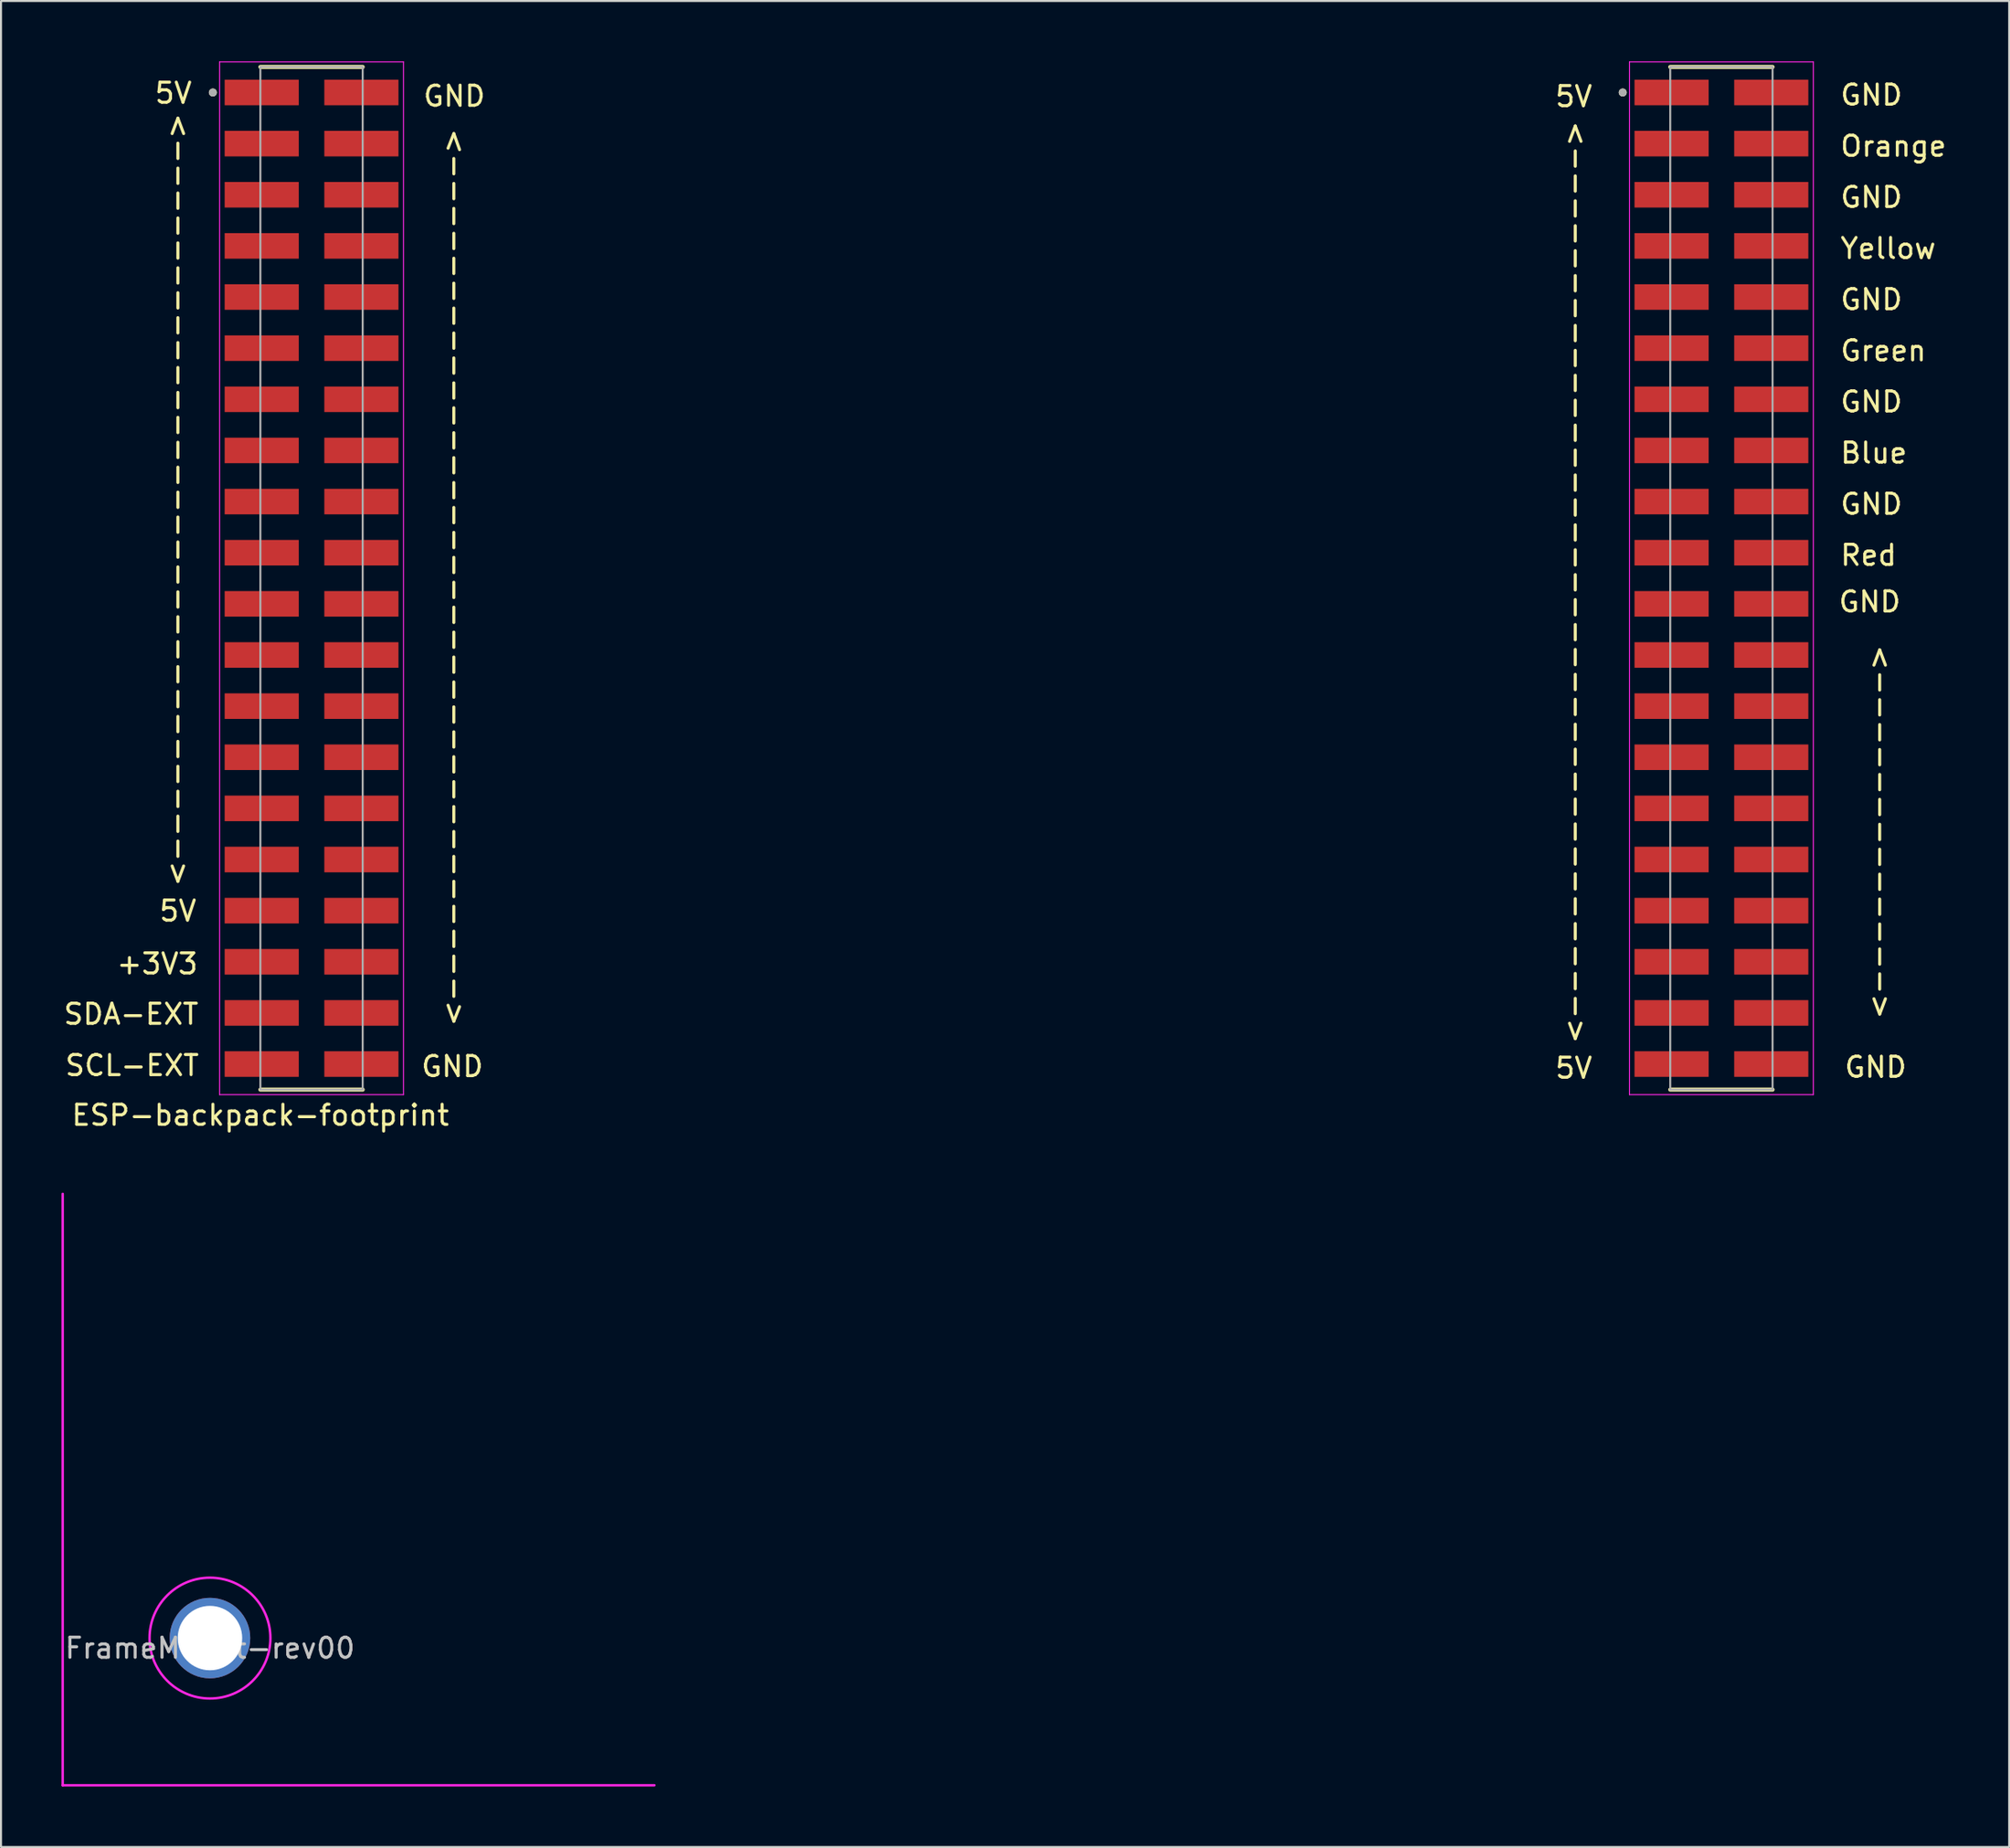
<source format=kicad_pcb>
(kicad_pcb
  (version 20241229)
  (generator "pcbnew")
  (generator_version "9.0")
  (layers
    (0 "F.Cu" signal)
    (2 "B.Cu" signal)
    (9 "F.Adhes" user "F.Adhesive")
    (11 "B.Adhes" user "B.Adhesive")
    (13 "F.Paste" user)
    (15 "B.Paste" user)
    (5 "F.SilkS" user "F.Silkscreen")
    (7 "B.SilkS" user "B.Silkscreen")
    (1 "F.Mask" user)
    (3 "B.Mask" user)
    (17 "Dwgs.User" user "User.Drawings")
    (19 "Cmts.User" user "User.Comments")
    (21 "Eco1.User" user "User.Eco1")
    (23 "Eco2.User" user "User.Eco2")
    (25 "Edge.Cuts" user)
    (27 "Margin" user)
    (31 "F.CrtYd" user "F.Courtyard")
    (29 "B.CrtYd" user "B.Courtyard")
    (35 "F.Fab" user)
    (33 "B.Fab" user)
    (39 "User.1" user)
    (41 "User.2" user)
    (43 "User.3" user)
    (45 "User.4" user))
  (footprint "FrameMount-rev00"
    (layer "F.Cu")
    (at 7.375 78.319)
    (property "Reference" "FrameMount-rev00" (at 0 0.5 0) (layer "Dwgs.User") (effects (font (size 1 1) (thickness 0.15))))
    (attr through_hole)
    (fp_line (start -7.315 7.311) (end 22.066 7.311) (stroke (width 0.12) (type solid)) (layer "F.CrtYd"))
    (fp_line (start -7.311 7.315) (end -7.311 -22.066) (stroke (width 0.12) (type solid)) (layer "F.CrtYd"))
    (fp_circle (center 0 0) (end 3 0) (stroke (width 0.12) (type solid)) (fill no) (layer "F.CrtYd"))
    (pad "1" thru_hole circle (at 0 0) (size 4 4) (drill 3.2) (layers "*.Cu" "*.Mask")))
  (footprint "ESP-backpack-footprint"
    (layer "F.Cu")
    (at 14.958 25.675)
    (property "Reference" "ESP-backpack-footprint" (at -5.08 26.67 180) (layer "F.SilkS") (effects (font (size 1 1) (thickness 0.15))))
    (attr through_hole)
    (fp_line (start -5.08 -25.4) (end 0 -25.4) (stroke (width 0.2) (type solid)) (layer "F.SilkS"))
    (fp_line (start 0 25.4) (end -5.08 25.4) (stroke (width 0.2) (type solid)) (layer "F.SilkS"))
    (fp_line (start 64.92 -25.4) (end 70 -25.4) (stroke (width 0.2) (type solid)) (layer "F.SilkS"))
    (fp_line (start 70 25.4) (end 64.92 25.4) (stroke (width 0.2) (type solid)) (layer "F.SilkS"))
    (fp_circle (center -7.44 -24.13) (end -7.44 -24.23) (stroke (width 0.2) (type solid)) (fill no) (layer "F.SilkS"))
    (fp_circle (center 62.56 -24.13) (end 62.56 -24.23) (stroke (width 0.2) (type solid)) (fill no) (layer "F.SilkS"))
    (fp_line (start -7.105 -25.65) (end 2.025 -25.65) (stroke (width 0.05) (type solid)) (layer "F.CrtYd"))
    (fp_line (start -7.105 25.65) (end -7.105 -25.65) (stroke (width 0.05) (type solid)) (layer "F.CrtYd"))
    (fp_line (start 2.025 -25.65) (end 2.025 25.65) (stroke (width 0.05) (type solid)) (layer "F.CrtYd"))
    (fp_line (start 2.025 25.65) (end -7.105 25.65) (stroke (width 0.05) (type solid)) (layer "F.CrtYd"))
    (fp_line (start 62.895 -25.65) (end 72.025 -25.65) (stroke (width 0.05) (type solid)) (layer "F.CrtYd"))
    (fp_line (start 62.895 25.65) (end 62.895 -25.65) (stroke (width 0.05) (type solid)) (layer "F.CrtYd"))
    (fp_line (start 72.025 -25.65) (end 72.025 25.65) (stroke (width 0.05) (type solid)) (layer "F.CrtYd"))
    (fp_line (start 72.025 25.65) (end 62.895 25.65) (stroke (width 0.05) (type solid)) (layer "F.CrtYd"))
    (fp_line (start -5.08 -25.4) (end 0 -25.4) (stroke (width 0.1) (type solid)) (layer "F.Fab"))
    (fp_line (start -5.08 25.4) (end -5.08 -25.4) (stroke (width 0.1) (type solid)) (layer "F.Fab"))
    (fp_line (start 0 -25.4) (end 0 25.4) (stroke (width 0.1) (type solid)) (layer "F.Fab"))
    (fp_line (start 0 25.4) (end -5.08 25.4) (stroke (width 0.1) (type solid)) (layer "F.Fab"))
    (fp_line (start 64.92 -25.4) (end 70 -25.4) (stroke (width 0.1) (type solid)) (layer "F.Fab"))
    (fp_line (start 64.92 25.4) (end 64.92 -25.4) (stroke (width 0.1) (type solid)) (layer "F.Fab"))
    (fp_line (start 70 -25.4) (end 70 25.4) (stroke (width 0.1) (type solid)) (layer "F.Fab"))
    (fp_line (start 70 25.4) (end 64.92 25.4) (stroke (width 0.1) (type solid)) (layer "F.Fab"))
    (fp_circle (center -7.44 -24.13) (end -7.44 -24.23) (stroke (width 0.2) (type solid)) (fill no) (layer "F.Fab"))
    (fp_circle (center 62.56 -24.13) (end 62.56 -24.23) (stroke (width 0.2) (type solid)) (fill no) (layer "F.Fab"))
    (fp_text user "SDA-EXT" (at -11.5 21.65 0) (layer "F.SilkS") (effects (font (size 1 1) (thickness 0.15))))
    (fp_text user "<----------------------------->" (at -9.25 -3.9 90) (layer "F.SilkS") (effects (font (size 1 1) (thickness 0.15))))
    (fp_text user "GND" (at 74.823 1.17 0) (layer "F.SilkS") (effects (font (size 1 1) (thickness 0.15))))
    (fp_text user "5V" (at 60.13 -23.93 0) (layer "F.SilkS") (effects (font (size 1 1) (thickness 0.15))))
    (fp_text user "Blue" (at 75.027 -6.225 0) (layer "F.SilkS") (effects (font (size 1 1) (thickness 0.15))))
    (fp_text user "Orange" (at 76.003 -21.465 0) (layer "F.SilkS") (effects (font (size 1 1) (thickness 0.15))))
    (fp_text user "5V" (at 60.13 24.33 0) (layer "F.SilkS") (effects (font (size 1 1) (thickness 0.15))))
    (fp_text user "GND" (at 74.908 -13.845 0) (layer "F.SilkS") (effects (font (size 1 1) (thickness 0.15))))
    (fp_text user "<------------->" (at 75.244 12.6 90) (layer "F.SilkS") (effects (font (size 1 1) (thickness 0.15))))
    (fp_text user "<---------------------------------->" (at 4.45 0 90) (layer "F.SilkS") (effects (font (size 1 1) (thickness 0.15) (italic yes))))
    (fp_text user "Yellow" (at 75.741 -16.385 0) (layer "F.SilkS") (effects (font (size 1 1) (thickness 0.15))))
    (fp_text user "5V" (at -9.175 16.525 0) (layer "F.SilkS") (effects (font (size 1 1) (thickness 0.15))))
    (fp_text user "GND" (at 75.117 24.284 0) (layer "F.SilkS") (effects (font (size 1 1) (thickness 0.15))))
    (fp_text user "Red" (at 74.765 -1.145 0) (layer "F.SilkS") (effects (font (size 1 1) (thickness 0.15))))
    (fp_text user "<----------------------------------->" (at 60.13 0.2 90) (layer "F.SilkS") (effects (font (size 1 1) (thickness 0.15))))
    (fp_text user "GND" (at 74.908 -3.685 0) (layer "F.SilkS") (effects (font (size 1 1) (thickness 0.15))))
    (fp_text user "5V" (at -9.4 -24.1 0) (layer "F.SilkS") (effects (font (size 1 1) (thickness 0.15))))
    (fp_text user "GND" (at 74.908 -8.765 0) (layer "F.SilkS") (effects (font (size 1 1) (thickness 0.15))))
    (fp_text user "+3V3" (at -10.2 19.15 0) (layer "F.SilkS") (effects (font (size 1 1) (thickness 0.15))))
    (fp_text user "GND" (at 74.908 -24.005 0) (layer "F.SilkS") (effects (font (size 1 1) (thickness 0.15))))
    (fp_text user "Green" (at 75.503 -11.305 0) (layer "F.SilkS") (effects (font (size 1 1) (thickness 0.15))))
    (fp_text user "GND" (at 4.55 -23.95 0) (layer "F.SilkS") (effects (font (size 1 1) (thickness 0.15))))
    (fp_text user "GND" (at 4.45 24.25 0) (layer "F.SilkS") (effects (font (size 1 1) (thickness 0.15))))
    (fp_text user "SCL-EXT" (at -11.45 24.2 0) (layer "F.SilkS") (effects (font (size 1 1) (thickness 0.15))))
    (fp_text user "GND" (at 74.908 -18.925 0) (layer "F.SilkS") (effects (font (size 1 1) (thickness 0.15))))
    (pad "01" smd rect (at -5.015 -24.13 90) (size 1.27 3.68) (layers "F.Cu" "F.Mask" "F.Paste"))
    (pad "02" smd rect (at -0.065 -24.13 90) (size 1.27 3.68) (layers "F.Cu" "F.Mask" "F.Paste"))
    (pad "03" smd rect (at -5.015 -21.59 90) (size 1.27 3.68) (layers "F.Cu" "F.Mask" "F.Paste"))
    (pad "04" smd rect (at -0.065 -21.59 90) (size 1.27 3.68) (layers "F.Cu" "F.Mask" "F.Paste"))
    (pad "05" smd rect (at -5.015 -19.05 90) (size 1.27 3.68) (layers "F.Cu" "F.Mask" "F.Paste"))
    (pad "06" smd rect (at -0.065 -19.05 90) (size 1.27 3.68) (layers "F.Cu" "F.Mask" "F.Paste"))
    (pad "07" smd rect (at -5.015 -16.51 90) (size 1.27 3.68) (layers "F.Cu" "F.Mask" "F.Paste"))
    (pad "08" smd rect (at -0.065 -16.51 90) (size 1.27 3.68) (layers "F.Cu" "F.Mask" "F.Paste"))
    (pad "09" smd rect (at -5.015 -13.97 90) (size 1.27 3.68) (layers "F.Cu" "F.Mask" "F.Paste"))
    (pad "10" smd rect (at -0.065 -13.97 90) (size 1.27 3.68) (layers "F.Cu" "F.Mask" "F.Paste"))
    (pad "11" smd rect (at -5.015 -11.43 90) (size 1.27 3.68) (layers "F.Cu" "F.Mask" "F.Paste"))
    (pad "12" smd rect (at -0.065 -11.43 90) (size 1.27 3.68) (layers "F.Cu" "F.Mask" "F.Paste"))
    (pad "13" smd rect (at -5.015 -8.89 90) (size 1.27 3.68) (layers "F.Cu" "F.Mask" "F.Paste"))
    (pad "14" smd rect (at -0.065 -8.89 90) (size 1.27 3.68) (layers "F.Cu" "F.Mask" "F.Paste"))
    (pad "15" smd rect (at -5.015 -6.35 90) (size 1.27 3.68) (layers "F.Cu" "F.Mask" "F.Paste"))
    (pad "16" smd rect (at -0.065 -6.35 90) (size 1.27 3.68) (layers "F.Cu" "F.Mask" "F.Paste"))
    (pad "17" smd rect (at -5.015 -3.81 90) (size 1.27 3.68) (layers "F.Cu" "F.Mask" "F.Paste"))
    (pad "18" smd rect (at -0.065 -3.81 90) (size 1.27 3.68) (layers "F.Cu" "F.Mask" "F.Paste"))
    (pad "19" smd rect (at -5.015 -1.27 90) (size 1.27 3.68) (layers "F.Cu" "F.Mask" "F.Paste"))
    (pad "20" smd rect (at -0.065 -1.27 90) (size 1.27 3.68) (layers "F.Cu" "F.Mask" "F.Paste"))
    (pad "21" smd rect (at -5.015 1.27 90) (size 1.27 3.68) (layers "F.Cu" "F.Mask" "F.Paste"))
    (pad "22" smd rect (at -0.065 1.27 90) (size 1.27 3.68) (layers "F.Cu" "F.Mask" "F.Paste"))
    (pad "23" smd rect (at -5.015 3.81 90) (size 1.27 3.68) (layers "F.Cu" "F.Mask" "F.Paste"))
    (pad "24" smd rect (at -0.065 3.81 90) (size 1.27 3.68) (layers "F.Cu" "F.Mask" "F.Paste"))
    (pad "25" smd rect (at -5.015 6.35 90) (size 1.27 3.68) (layers "F.Cu" "F.Mask" "F.Paste"))
    (pad "26" smd rect (at -0.065 6.35 90) (size 1.27 3.68) (layers "F.Cu" "F.Mask" "F.Paste"))
    (pad "27" smd rect (at -5.015 8.89 90) (size 1.27 3.68) (layers "F.Cu" "F.Mask" "F.Paste"))
    (pad "28" smd rect (at -0.065 8.89 90) (size 1.27 3.68) (layers "F.Cu" "F.Mask" "F.Paste"))
    (pad "29" smd rect (at -5.015 11.43 90) (size 1.27 3.68) (layers "F.Cu" "F.Mask" "F.Paste"))
    (pad "30" smd rect (at -0.065 11.43 90) (size 1.27 3.68) (layers "F.Cu" "F.Mask" "F.Paste"))
    (pad "31" smd rect (at -5.015 13.97 90) (size 1.27 3.68) (layers "F.Cu" "F.Mask" "F.Paste"))
    (pad "32" smd rect (at -0.065 13.97 90) (size 1.27 3.68) (layers "F.Cu" "F.Mask" "F.Paste"))
    (pad "33" smd rect (at -5.015 16.51 90) (size 1.27 3.68) (layers "F.Cu" "F.Mask" "F.Paste"))
    (pad "34" smd rect (at -0.065 16.51 90) (size 1.27 3.68) (layers "F.Cu" "F.Mask" "F.Paste"))
    (pad "35" smd rect (at -5.015 19.05 90) (size 1.27 3.68) (layers "F.Cu" "F.Mask" "F.Paste"))
    (pad "36" smd rect (at -0.065 19.05 90) (size 1.27 3.68) (layers "F.Cu" "F.Mask" "F.Paste"))
    (pad "37" smd rect (at -5.015 21.59 90) (size 1.27 3.68) (layers "F.Cu" "F.Mask" "F.Paste"))
    (pad "38" smd rect (at -0.065 21.59 90) (size 1.27 3.68) (layers "F.Cu" "F.Mask" "F.Paste"))
    (pad "39" smd rect (at -5.015 24.13 90) (size 1.27 3.68) (layers "F.Cu" "F.Mask" "F.Paste"))
    (pad "40" smd rect (at -0.065 24.13 90) (size 1.27 3.68) (layers "F.Cu" "F.Mask" "F.Paste"))
    (pad "41" smd rect (at 64.985 -24.13 90) (size 1.27 3.68) (layers "F.Cu" "F.Mask" "F.Paste"))
    (pad "42" smd rect (at 69.935 -24.13 90) (size 1.27 3.68) (layers "F.Cu" "F.Mask" "F.Paste"))
    (pad "43" smd rect (at 64.985 -21.59 90) (size 1.27 3.68) (layers "F.Cu" "F.Mask" "F.Paste"))
    (pad "44" smd rect (at 69.935 -21.59 90) (size 1.27 3.68) (layers "F.Cu" "F.Mask" "F.Paste"))
    (pad "45" smd rect (at 64.985 -19.05 90) (size 1.27 3.68) (layers "F.Cu" "F.Mask" "F.Paste"))
    (pad "46" smd rect (at 69.935 -19.05 90) (size 1.27 3.68) (layers "F.Cu" "F.Mask" "F.Paste"))
    (pad "47" smd rect (at 64.985 -16.51 90) (size 1.27 3.68) (layers "F.Cu" "F.Mask" "F.Paste"))
    (pad "48" smd rect (at 69.935 -16.51 90) (size 1.27 3.68) (layers "F.Cu" "F.Mask" "F.Paste"))
    (pad "49" smd rect (at 64.985 -13.97 90) (size 1.27 3.68) (layers "F.Cu" "F.Mask" "F.Paste"))
    (pad "50" smd rect (at 69.935 -13.97 90) (size 1.27 3.68) (layers "F.Cu" "F.Mask" "F.Paste"))
    (pad "51" smd rect (at 64.985 -11.43 90) (size 1.27 3.68) (layers "F.Cu" "F.Mask" "F.Paste"))
    (pad "52" smd rect (at 69.935 -11.43 90) (size 1.27 3.68) (layers "F.Cu" "F.Mask" "F.Paste"))
    (pad "53" smd rect (at 64.985 -8.89 90) (size 1.27 3.68) (layers "F.Cu" "F.Mask" "F.Paste"))
    (pad "54" smd rect (at 69.935 -8.89 90) (size 1.27 3.68) (layers "F.Cu" "F.Mask" "F.Paste"))
    (pad "55" smd rect (at 64.985 -6.35 90) (size 1.27 3.68) (layers "F.Cu" "F.Mask" "F.Paste"))
    (pad "56" smd rect (at 69.935 -6.35 90) (size 1.27 3.68) (layers "F.Cu" "F.Mask" "F.Paste"))
    (pad "57" smd rect (at 64.985 -3.81 90) (size 1.27 3.68) (layers "F.Cu" "F.Mask" "F.Paste"))
    (pad "58" smd rect (at 69.935 -3.81 90) (size 1.27 3.68) (layers "F.Cu" "F.Mask" "F.Paste"))
    (pad "59" smd rect (at 64.985 -1.27 90) (size 1.27 3.68) (layers "F.Cu" "F.Mask" "F.Paste"))
    (pad "60" smd rect (at 69.935 -1.27 90) (size 1.27 3.68) (layers "F.Cu" "F.Mask" "F.Paste"))
    (pad "61" smd rect (at 64.985 1.27 90) (size 1.27 3.68) (layers "F.Cu" "F.Mask" "F.Paste"))
    (pad "62" smd rect (at 69.935 1.27 90) (size 1.27 3.68) (layers "F.Cu" "F.Mask" "F.Paste"))
    (pad "63" smd rect (at 64.985 3.81 90) (size 1.27 3.68) (layers "F.Cu" "F.Mask" "F.Paste"))
    (pad "64" smd rect (at 69.935 3.81 90) (size 1.27 3.68) (layers "F.Cu" "F.Mask" "F.Paste"))
    (pad "65" smd rect (at 64.985 6.35 90) (size 1.27 3.68) (layers "F.Cu" "F.Mask" "F.Paste"))
    (pad "66" smd rect (at 69.935 6.35 90) (size 1.27 3.68) (layers "F.Cu" "F.Mask" "F.Paste"))
    (pad "67" smd rect (at 64.985 8.89 90) (size 1.27 3.68) (layers "F.Cu" "F.Mask" "F.Paste"))
    (pad "68" smd rect (at 69.935 8.89 90) (size 1.27 3.68) (layers "F.Cu" "F.Mask" "F.Paste"))
    (pad "69" smd rect (at 64.985 11.43 90) (size 1.27 3.68) (layers "F.Cu" "F.Mask" "F.Paste"))
    (pad "70" smd rect (at 69.935 11.43 90) (size 1.27 3.68) (layers "F.Cu" "F.Mask" "F.Paste"))
    (pad "71" smd rect (at 64.985 13.97 90) (size 1.27 3.68) (layers "F.Cu" "F.Mask" "F.Paste"))
    (pad "72" smd rect (at 69.935 13.97 90) (size 1.27 3.68) (layers "F.Cu" "F.Mask" "F.Paste"))
    (pad "73" smd rect (at 64.985 16.51 90) (size 1.27 3.68) (layers "F.Cu" "F.Mask" "F.Paste"))
    (pad "74" smd rect (at 69.935 16.51 90) (size 1.27 3.68) (layers "F.Cu" "F.Mask" "F.Paste"))
    (pad "75" smd rect (at 64.985 19.05 90) (size 1.27 3.68) (layers "F.Cu" "F.Mask" "F.Paste"))
    (pad "76" smd rect (at 69.935 19.05 90) (size 1.27 3.68) (layers "F.Cu" "F.Mask" "F.Paste"))
    (pad "77" smd rect (at 64.985 21.59 90) (size 1.27 3.68) (layers "F.Cu" "F.Mask" "F.Paste"))
    (pad "78" smd rect (at 69.935 21.59 90) (size 1.27 3.68) (layers "F.Cu" "F.Mask" "F.Paste"))
    (pad "79" smd rect (at 64.985 24.13 90) (size 1.27 3.68) (layers "F.Cu" "F.Mask" "F.Paste"))
    (pad "80" smd rect (at 69.935 24.13 90) (size 1.27 3.68) (layers "F.Cu" "F.Mask" "F.Paste")))
  (gr_rect
    (start -3 -3)
    (end 96.705 88.695)
    (stroke (width 0.1) (type default))
    (fill no)
    (layer "Edge.Cuts")))
</source>
